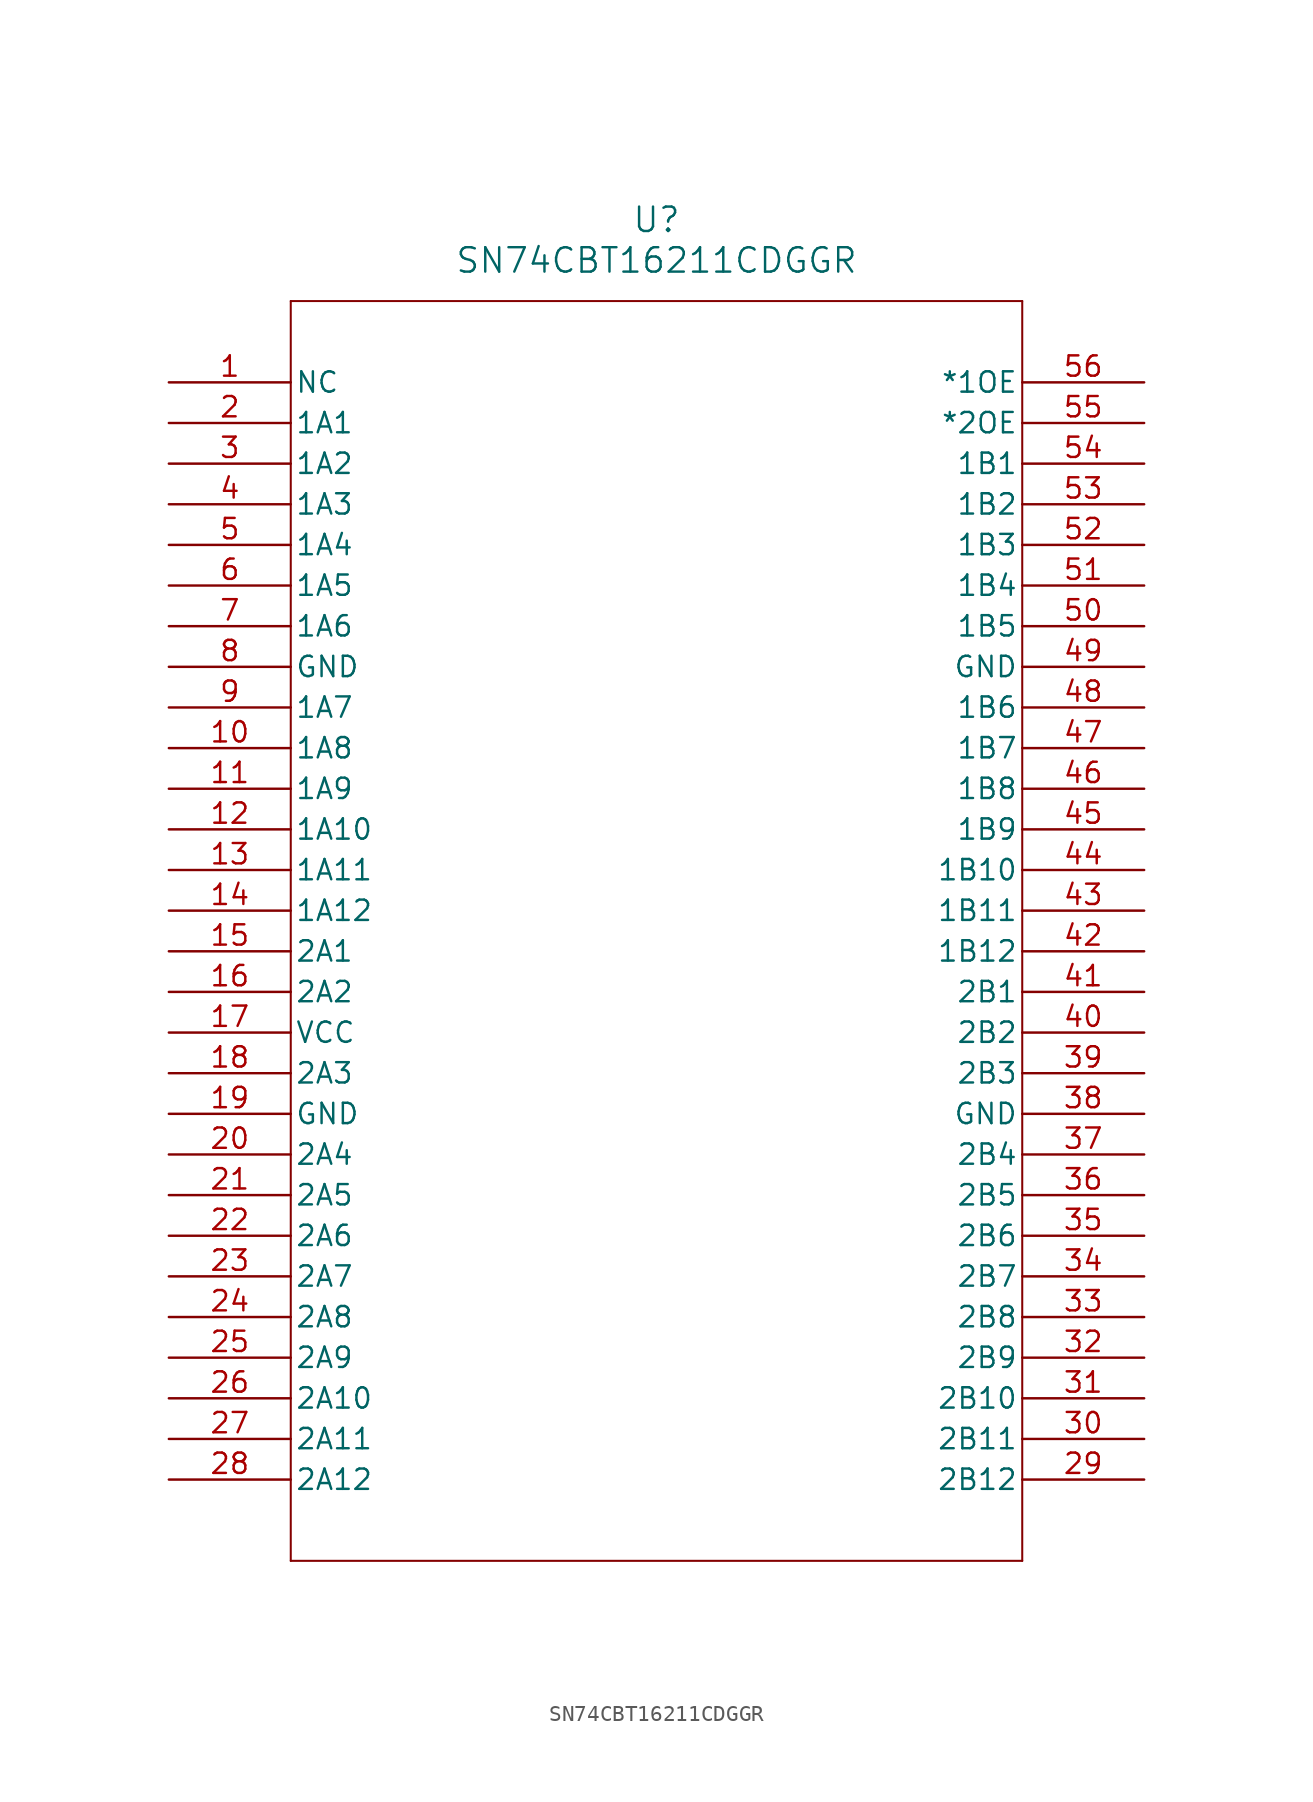
<source format=kicad_sym>
(kicad_symbol_lib
  (version 20241209)
  (generator "kicad_symbol_editor")
  (generator_version "9.0")
  (symbol "SN74CBT16211CDGGR"
    (pin_names
      (offset 0.254))
    (property "Reference" "U"
      (at 30.48 10.16 0)
      (effects (font (size 1.524 1.524))))
    (property "Value" "SN74CBT16211CDGGR"
      (at 30.48 7.62 0)
      (effects (font (size 1.524 1.524))))
    (symbol "SN74CBT16211CDGGR_0_1"
      (polyline (pts (xy 7.62 5.08) (xy 7.62 -73.66)) (stroke (width 0.127) (type default)) (fill (type none)))
      (polyline (pts (xy 7.62 -73.66) (xy 53.34 -73.66)) (stroke (width 0.127) (type default)) (fill (type none)))
      (polyline (pts (xy 53.34 5.08) (xy 7.62 5.08)) (stroke (width 0.127) (type default)) (fill (type none)))
      (polyline (pts (xy 53.34 -73.66) (xy 53.34 5.08)) (stroke (width 0.127) (type default)) (fill (type none)))
      (pin unspecified line (at 0 0 0) (length 7.62) (name "NC" (effects (font (size 1.27 1.27)))) (number "1" (effects (font (size 1.27 1.27)))))
      (pin bidirectional line (at 0 -2.54 0) (length 7.62) (name "1A1" (effects (font (size 1.27 1.27)))) (number "2" (effects (font (size 1.27 1.27)))))
      (pin bidirectional line (at 0 -5.08 0) (length 7.62) (name "1A2" (effects (font (size 1.27 1.27)))) (number "3" (effects (font (size 1.27 1.27)))))
      (pin bidirectional line (at 0 -7.62 0) (length 7.62) (name "1A3" (effects (font (size 1.27 1.27)))) (number "4" (effects (font (size 1.27 1.27)))))
      (pin bidirectional line (at 0 -10.16 0) (length 7.62) (name "1A4" (effects (font (size 1.27 1.27)))) (number "5" (effects (font (size 1.27 1.27)))))
      (pin bidirectional line (at 0 -12.7 0) (length 7.62) (name "1A5" (effects (font (size 1.27 1.27)))) (number "6" (effects (font (size 1.27 1.27)))))
      (pin bidirectional line (at 0 -15.24 0) (length 7.62) (name "1A6" (effects (font (size 1.27 1.27)))) (number "7" (effects (font (size 1.27 1.27)))))
      (pin power_in line (at 0 -17.78 0) (length 7.62) (name "GND" (effects (font (size 1.27 1.27)))) (number "8" (effects (font (size 1.27 1.27)))))
      (pin bidirectional line (at 0 -20.32 0) (length 7.62) (name "1A7" (effects (font (size 1.27 1.27)))) (number "9" (effects (font (size 1.27 1.27)))))
      (pin bidirectional line (at 0 -22.86 0) (length 7.62) (name "1A8" (effects (font (size 1.27 1.27)))) (number "10" (effects (font (size 1.27 1.27)))))
      (pin bidirectional line (at 0 -25.4 0) (length 7.62) (name "1A9" (effects (font (size 1.27 1.27)))) (number "11" (effects (font (size 1.27 1.27)))))
      (pin bidirectional line (at 0 -27.94 0) (length 7.62) (name "1A10" (effects (font (size 1.27 1.27)))) (number "12" (effects (font (size 1.27 1.27)))))
      (pin bidirectional line (at 0 -30.48 0) (length 7.62) (name "1A11" (effects (font (size 1.27 1.27)))) (number "13" (effects (font (size 1.27 1.27)))))
      (pin bidirectional line (at 0 -33.02 0) (length 7.62) (name "1A12" (effects (font (size 1.27 1.27)))) (number "14" (effects (font (size 1.27 1.27)))))
      (pin bidirectional line (at 0 -35.56 0) (length 7.62) (name "2A1" (effects (font (size 1.27 1.27)))) (number "15" (effects (font (size 1.27 1.27)))))
      (pin bidirectional line (at 0 -38.1 0) (length 7.62) (name "2A2" (effects (font (size 1.27 1.27)))) (number "16" (effects (font (size 1.27 1.27)))))
      (pin power_in line (at 0 -40.64 0) (length 7.62) (name "VCC" (effects (font (size 1.27 1.27)))) (number "17" (effects (font (size 1.27 1.27)))))
      (pin bidirectional line (at 0 -43.18 0) (length 7.62) (name "2A3" (effects (font (size 1.27 1.27)))) (number "18" (effects (font (size 1.27 1.27)))))
      (pin power_in line (at 0 -45.72 0) (length 7.62) (name "GND" (effects (font (size 1.27 1.27)))) (number "19" (effects (font (size 1.27 1.27)))))
      (pin bidirectional line (at 0 -48.26 0) (length 7.62) (name "2A4" (effects (font (size 1.27 1.27)))) (number "20" (effects (font (size 1.27 1.27)))))
      (pin bidirectional line (at 0 -50.8 0) (length 7.62) (name "2A5" (effects (font (size 1.27 1.27)))) (number "21" (effects (font (size 1.27 1.27)))))
      (pin bidirectional line (at 0 -53.34 0) (length 7.62) (name "2A6" (effects (font (size 1.27 1.27)))) (number "22" (effects (font (size 1.27 1.27)))))
      (pin bidirectional line (at 0 -55.88 0) (length 7.62) (name "2A7" (effects (font (size 1.27 1.27)))) (number "23" (effects (font (size 1.27 1.27)))))
      (pin bidirectional line (at 0 -58.42 0) (length 7.62) (name "2A8" (effects (font (size 1.27 1.27)))) (number "24" (effects (font (size 1.27 1.27)))))
      (pin bidirectional line (at 0 -60.96 0) (length 7.62) (name "2A9" (effects (font (size 1.27 1.27)))) (number "25" (effects (font (size 1.27 1.27)))))
      (pin bidirectional line (at 0 -63.5 0) (length 7.62) (name "2A10" (effects (font (size 1.27 1.27)))) (number "26" (effects (font (size 1.27 1.27)))))
      (pin bidirectional line (at 0 -66.04 0) (length 7.62) (name "2A11" (effects (font (size 1.27 1.27)))) (number "27" (effects (font (size 1.27 1.27)))))
      (pin bidirectional line (at 0 -68.58 0) (length 7.62) (name "2A12" (effects (font (size 1.27 1.27)))) (number "28" (effects (font (size 1.27 1.27)))))
      (pin input line (at 60.96 0 180) (length 7.62) (name "*1OE" (effects (font (size 1.27 1.27)))) (number "56" (effects (font (size 1.27 1.27)))))
      (pin input line (at 60.96 -2.54 180) (length 7.62) (name "*2OE" (effects (font (size 1.27 1.27)))) (number "55" (effects (font (size 1.27 1.27)))))
      (pin bidirectional line (at 60.96 -5.08 180) (length 7.62) (name "1B1" (effects (font (size 1.27 1.27)))) (number "54" (effects (font (size 1.27 1.27)))))
      (pin bidirectional line (at 60.96 -7.62 180) (length 7.62) (name "1B2" (effects (font (size 1.27 1.27)))) (number "53" (effects (font (size 1.27 1.27)))))
      (pin bidirectional line (at 60.96 -10.16 180) (length 7.62) (name "1B3" (effects (font (size 1.27 1.27)))) (number "52" (effects (font (size 1.27 1.27)))))
      (pin bidirectional line (at 60.96 -12.7 180) (length 7.62) (name "1B4" (effects (font (size 1.27 1.27)))) (number "51" (effects (font (size 1.27 1.27)))))
      (pin bidirectional line (at 60.96 -15.24 180) (length 7.62) (name "1B5" (effects (font (size 1.27 1.27)))) (number "50" (effects (font (size 1.27 1.27)))))
      (pin power_in line (at 60.96 -17.78 180) (length 7.62) (name "GND" (effects (font (size 1.27 1.27)))) (number "49" (effects (font (size 1.27 1.27)))))
      (pin bidirectional line (at 60.96 -20.32 180) (length 7.62) (name "1B6" (effects (font (size 1.27 1.27)))) (number "48" (effects (font (size 1.27 1.27)))))
      (pin bidirectional line (at 60.96 -22.86 180) (length 7.62) (name "1B7" (effects (font (size 1.27 1.27)))) (number "47" (effects (font (size 1.27 1.27)))))
      (pin bidirectional line (at 60.96 -25.4 180) (length 7.62) (name "1B8" (effects (font (size 1.27 1.27)))) (number "46" (effects (font (size 1.27 1.27)))))
      (pin bidirectional line (at 60.96 -27.94 180) (length 7.62) (name "1B9" (effects (font (size 1.27 1.27)))) (number "45" (effects (font (size 1.27 1.27)))))
      (pin bidirectional line (at 60.96 -30.48 180) (length 7.62) (name "1B10" (effects (font (size 1.27 1.27)))) (number "44" (effects (font (size 1.27 1.27)))))
      (pin bidirectional line (at 60.96 -33.02 180) (length 7.62) (name "1B11" (effects (font (size 1.27 1.27)))) (number "43" (effects (font (size 1.27 1.27)))))
      (pin bidirectional line (at 60.96 -35.56 180) (length 7.62) (name "1B12" (effects (font (size 1.27 1.27)))) (number "42" (effects (font (size 1.27 1.27)))))
      (pin bidirectional line (at 60.96 -38.1 180) (length 7.62) (name "2B1" (effects (font (size 1.27 1.27)))) (number "41" (effects (font (size 1.27 1.27)))))
      (pin bidirectional line (at 60.96 -40.64 180) (length 7.62) (name "2B2" (effects (font (size 1.27 1.27)))) (number "40" (effects (font (size 1.27 1.27)))))
      (pin bidirectional line (at 60.96 -43.18 180) (length 7.62) (name "2B3" (effects (font (size 1.27 1.27)))) (number "39" (effects (font (size 1.27 1.27)))))
      (pin power_in line (at 60.96 -45.72 180) (length 7.62) (name "GND" (effects (font (size 1.27 1.27)))) (number "38" (effects (font (size 1.27 1.27)))))
      (pin bidirectional line (at 60.96 -48.26 180) (length 7.62) (name "2B4" (effects (font (size 1.27 1.27)))) (number "37" (effects (font (size 1.27 1.27)))))
      (pin bidirectional line (at 60.96 -50.8 180) (length 7.62) (name "2B5" (effects (font (size 1.27 1.27)))) (number "36" (effects (font (size 1.27 1.27)))))
      (pin bidirectional line (at 60.96 -53.34 180) (length 7.62) (name "2B6" (effects (font (size 1.27 1.27)))) (number "35" (effects (font (size 1.27 1.27)))))
      (pin bidirectional line (at 60.96 -55.88 180) (length 7.62) (name "2B7" (effects (font (size 1.27 1.27)))) (number "34" (effects (font (size 1.27 1.27)))))
      (pin bidirectional line (at 60.96 -58.42 180) (length 7.62) (name "2B8" (effects (font (size 1.27 1.27)))) (number "33" (effects (font (size 1.27 1.27)))))
      (pin bidirectional line (at 60.96 -60.96 180) (length 7.62) (name "2B9" (effects (font (size 1.27 1.27)))) (number "32" (effects (font (size 1.27 1.27)))))
      (pin bidirectional line (at 60.96 -63.5 180) (length 7.62) (name "2B10" (effects (font (size 1.27 1.27)))) (number "31" (effects (font (size 1.27 1.27)))))
      (pin bidirectional line (at 60.96 -66.04 180) (length 7.62) (name "2B11" (effects (font (size 1.27 1.27)))) (number "30" (effects (font (size 1.27 1.27)))))
      (pin bidirectional line (at 60.96 -68.58 180) (length 7.62) (name "2B12" (effects (font (size 1.27 1.27)))) (number "29" (effects (font (size 1.27 1.27))))))))
</source>
